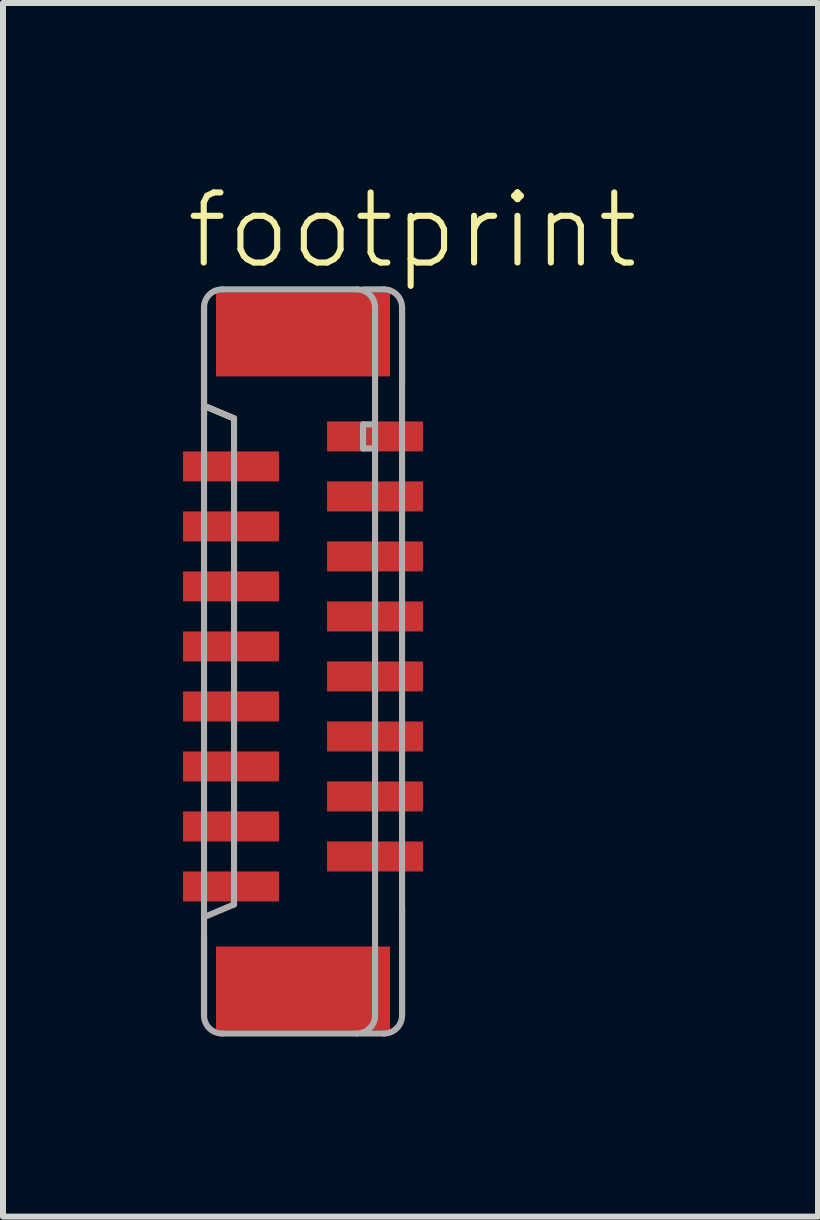
<source format=kicad_pcb>
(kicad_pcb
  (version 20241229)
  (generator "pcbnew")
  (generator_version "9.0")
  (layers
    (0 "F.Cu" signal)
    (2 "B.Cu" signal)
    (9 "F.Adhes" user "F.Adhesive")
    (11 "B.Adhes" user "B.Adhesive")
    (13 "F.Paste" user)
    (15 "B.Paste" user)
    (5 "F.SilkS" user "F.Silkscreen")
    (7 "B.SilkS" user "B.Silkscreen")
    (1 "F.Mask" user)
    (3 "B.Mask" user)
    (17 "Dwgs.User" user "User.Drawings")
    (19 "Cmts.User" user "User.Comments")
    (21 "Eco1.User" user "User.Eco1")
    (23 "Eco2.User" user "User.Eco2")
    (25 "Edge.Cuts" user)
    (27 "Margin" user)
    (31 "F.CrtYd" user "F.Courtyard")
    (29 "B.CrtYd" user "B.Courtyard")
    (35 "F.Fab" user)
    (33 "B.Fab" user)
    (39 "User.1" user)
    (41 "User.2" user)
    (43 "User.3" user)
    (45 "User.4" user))
  (footprint "footprint"
    (layer "F.Cu")
    (at 2 7.973)
    (property "Reference" "footprint" (at -2 -6.5 0) (layer "F.SilkS") (effects (font (size 1.168 1.168) (thickness 0.102)) (justify left bottom)))
    (fp_line (start -1.65 -5.9) (end -1.65 -4.1) (stroke (width 0.102) (type solid)) (layer "F.SilkS"))
    (fp_line (start -1.65 4.6) (end -1.65 5.9) (stroke (width 0.102) (type solid)) (layer "F.SilkS"))
    (fp_line (start -1.625 -4.25) (end -1.15 -4.05) (stroke (width 0.102) (type solid)) (layer "F.SilkS"))
    (fp_line (start 1.65 -4.6) (end 1.65 -5.9) (stroke (width 0.102) (type solid)) (layer "F.SilkS"))
    (fp_line (start 1.65 5.9) (end 1.65 4.1) (stroke (width 0.102) (type solid)) (layer "F.SilkS"))
    (fp_line (start -1.65 -5.9) (end -1.65 5.9) (stroke (width 0.102) (type solid)) (layer "F.Fab"))
    (fp_line (start -1.625 -4.25) (end -1.15 -4.05) (stroke (width 0.102) (type solid)) (layer "F.Fab"))
    (fp_line (start -1.35 6.2) (end 0.9 6.2) (stroke (width 0.102) (type solid)) (layer "F.Fab"))
    (fp_line (start -1.15 -4.05) (end -1.15 4.05) (stroke (width 0.102) (type solid)) (layer "F.Fab"))
    (fp_line (start -1.15 4.05) (end -1.625 4.25) (stroke (width 0.102) (type solid)) (layer "F.Fab"))
    (fp_line (start 0.9 -6.2) (end -1.35 -6.2) (stroke (width 0.102) (type solid)) (layer "F.Fab"))
    (fp_line (start 0.975 6.2) (end 1.35 6.2) (stroke (width 0.102) (type solid)) (layer "F.Fab"))
    (fp_line (start 1 -6.2) (end 1.35 -6.2) (stroke (width 0.102) (type solid)) (layer "F.Fab"))
    (fp_line (start 1 -3.95) (end 1 -3.55) (stroke (width 0.102) (type solid)) (layer "F.Fab"))
    (fp_line (start 1 -3.55) (end 1.15 -3.55) (stroke (width 0.102) (type solid)) (layer "F.Fab"))
    (fp_line (start 1.15 -3.95) (end 1 -3.95) (stroke (width 0.102) (type solid)) (layer "F.Fab"))
    (fp_line (start 1.2 5.9) (end 1.2 -5.9) (stroke (width 0.102) (type solid)) (layer "F.Fab"))
    (fp_line (start 1.65 5.9) (end 1.65 -5.9) (stroke (width 0.102) (type solid)) (layer "F.Fab"))
    (fp_arc (start -1.65 -5.9) (mid -1.562132 -6.112132) (end -1.35 -6.2) (stroke (width 0.1016) (type solid)) (layer "F.Fab"))
    (fp_arc (start -1.35 6.2) (mid -1.562132 6.112132) (end -1.65 5.9) (stroke (width 0.1016) (type solid)) (layer "F.Fab"))
    (fp_arc (start 0.9 -6.2) (mid 1.112132 -6.112132) (end 1.2 -5.9) (stroke (width 0.1016) (type solid)) (layer "F.Fab"))
    (fp_arc (start 1.2 5.9) (mid 1.112132 6.112132) (end 0.9 6.2) (stroke (width 0.1016) (type solid)) (layer "F.Fab"))
    (fp_arc (start 1.35 -6.2) (mid 1.562132 -6.112132) (end 1.65 -5.9) (stroke (width 0.1016) (type solid)) (layer "F.Fab"))
    (fp_arc (start 1.65 5.9) (mid 1.562132 6.112132) (end 1.35 6.2) (stroke (width 0.1016) (type solid)) (layer "F.Fab"))
    (pad "1" smd rect (at 1.2 -3.75 270) (size 0.5 1.6) (layers "F.Cu" "F.Mask" "F.Paste"))
    (pad "2" smd rect (at -1.2 -3.25 90) (size 0.5 1.6) (layers "F.Cu" "F.Mask" "F.Paste"))
    (pad "3" smd rect (at 1.2 -2.75 270) (size 0.5 1.6) (layers "F.Cu" "F.Mask" "F.Paste"))
    (pad "4" smd rect (at -1.2 -2.25 90) (size 0.5 1.6) (layers "F.Cu" "F.Mask" "F.Paste"))
    (pad "5" smd rect (at 1.2 -1.75 270) (size 0.5 1.6) (layers "F.Cu" "F.Mask" "F.Paste"))
    (pad "6" smd rect (at -1.2 -1.25 90) (size 0.5 1.6) (layers "F.Cu" "F.Mask" "F.Paste"))
    (pad "7" smd rect (at 1.2 -0.75 270) (size 0.5 1.6) (layers "F.Cu" "F.Mask" "F.Paste"))
    (pad "8" smd rect (at -1.2 -0.25 90) (size 0.5 1.6) (layers "F.Cu" "F.Mask" "F.Paste"))
    (pad "9" smd rect (at 1.2 0.25 270) (size 0.5 1.6) (layers "F.Cu" "F.Mask" "F.Paste"))
    (pad "10" smd rect (at -1.2 0.75 90) (size 0.5 1.6) (layers "F.Cu" "F.Mask" "F.Paste"))
    (pad "11" smd rect (at 1.2 1.25 270) (size 0.5 1.6) (layers "F.Cu" "F.Mask" "F.Paste"))
    (pad "12" smd rect (at -1.2 1.75 90) (size 0.5 1.6) (layers "F.Cu" "F.Mask" "F.Paste"))
    (pad "13" smd rect (at 1.2 2.25 270) (size 0.5 1.6) (layers "F.Cu" "F.Mask" "F.Paste"))
    (pad "14" smd rect (at -1.2 2.75 90) (size 0.5 1.6) (layers "F.Cu" "F.Mask" "F.Paste"))
    (pad "15" smd rect (at 1.2 3.25 270) (size 0.5 1.6) (layers "F.Cu" "F.Mask" "F.Paste"))
    (pad "16" smd rect (at -1.2 3.75 90) (size 0.5 1.6) (layers "F.Cu" "F.Mask" "F.Paste"))
    (pad "M1" smd rect (at 0 -5.45 270) (size 1.4 2.9) (layers "F.Cu" "F.Mask" "F.Paste"))
    (pad "M2" smd rect (at 0 5.45 270) (size 1.4 2.9) (layers "F.Cu" "F.Mask" "F.Paste")))
  (gr_rect
    (start -3 -3)
    (end 10.582 17.224)
    (stroke (width 0.1) (type default))
    (fill no)
    (layer "Edge.Cuts")))
</source>
